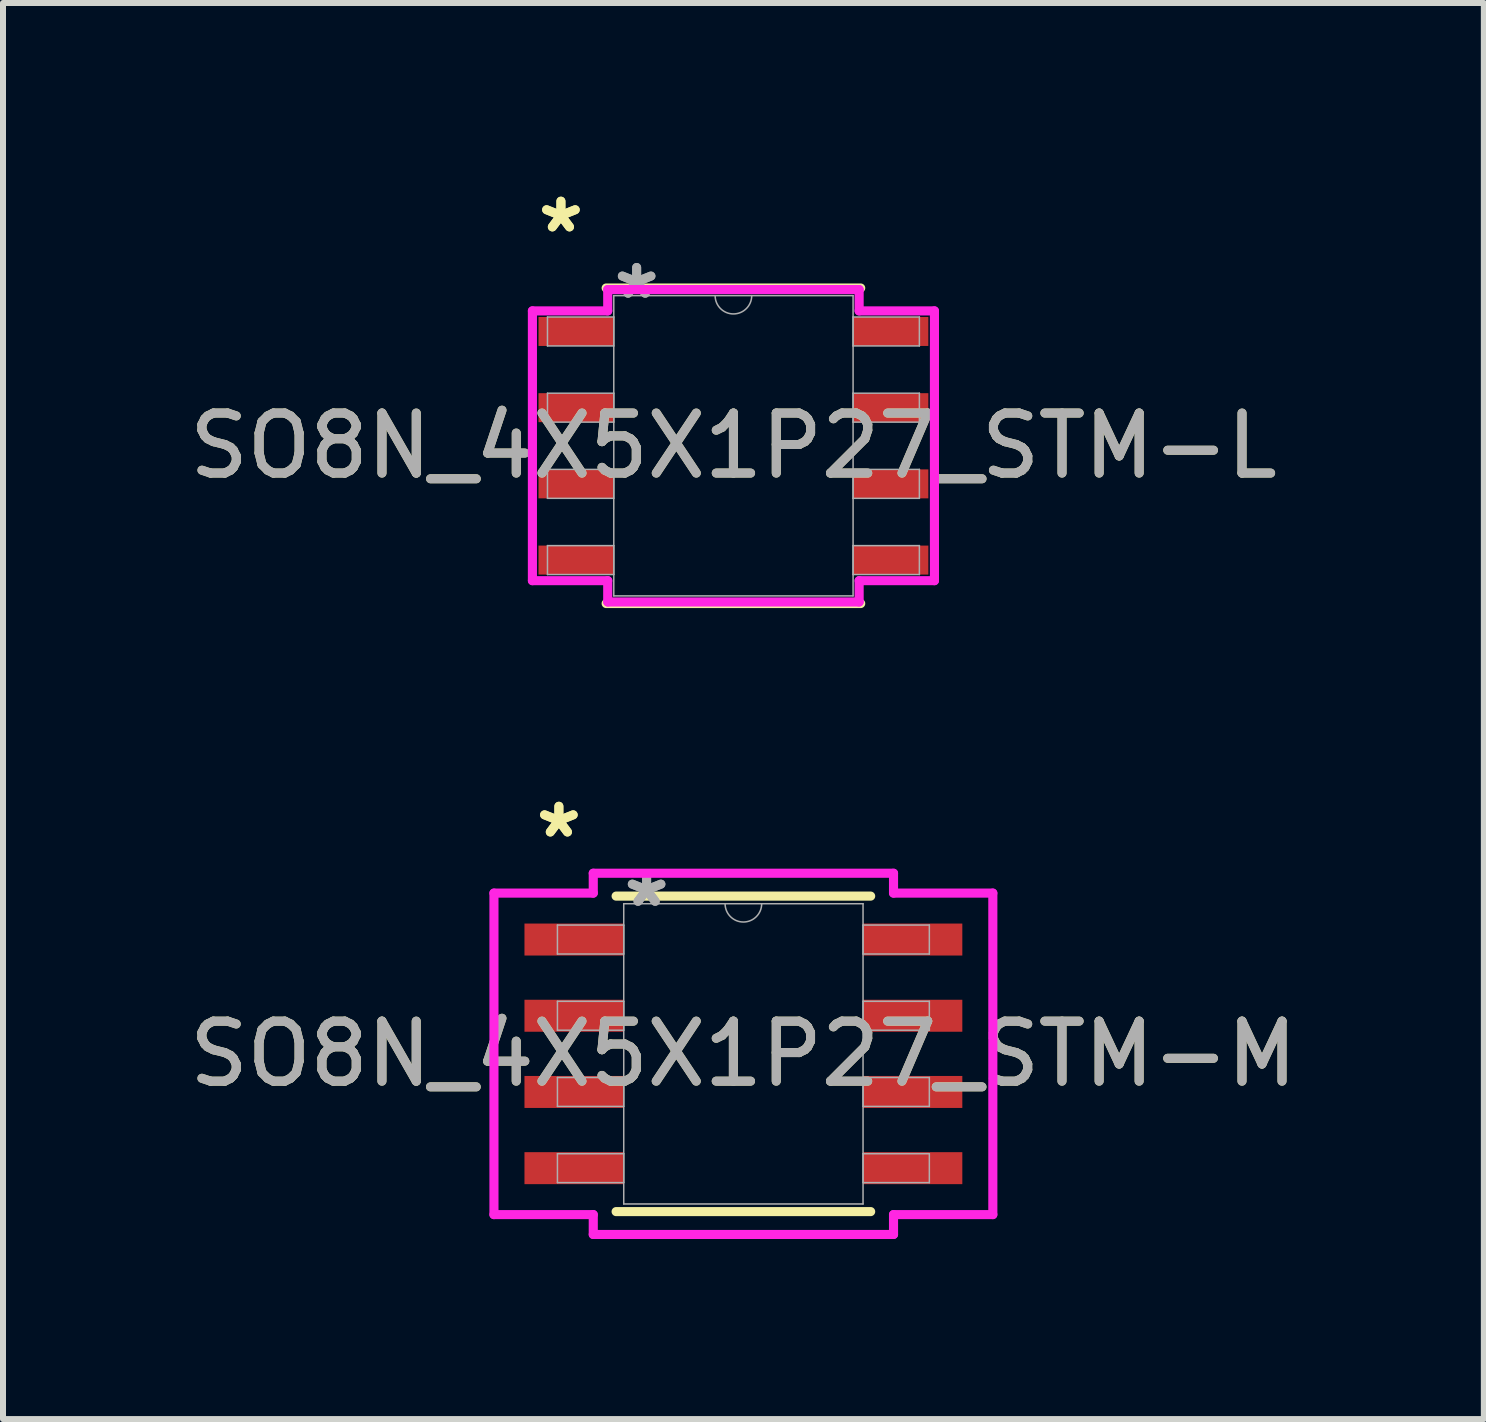
<source format=kicad_pcb>
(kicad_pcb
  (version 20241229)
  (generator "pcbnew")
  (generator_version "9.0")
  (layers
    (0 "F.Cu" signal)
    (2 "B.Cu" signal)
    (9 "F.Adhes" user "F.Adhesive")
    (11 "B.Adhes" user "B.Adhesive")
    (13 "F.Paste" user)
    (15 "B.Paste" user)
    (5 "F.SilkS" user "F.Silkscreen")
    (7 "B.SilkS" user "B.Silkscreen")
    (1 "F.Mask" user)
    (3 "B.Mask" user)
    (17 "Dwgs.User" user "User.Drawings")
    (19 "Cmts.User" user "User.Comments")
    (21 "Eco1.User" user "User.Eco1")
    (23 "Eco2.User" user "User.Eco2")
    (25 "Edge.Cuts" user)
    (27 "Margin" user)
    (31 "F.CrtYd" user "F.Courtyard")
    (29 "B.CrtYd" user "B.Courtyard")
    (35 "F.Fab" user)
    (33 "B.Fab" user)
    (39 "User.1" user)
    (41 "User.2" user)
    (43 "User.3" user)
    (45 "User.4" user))
  (footprint "SO8N_4X5X1P27_STM-L"
    (layer "F.Cu")
    (at 9.173 4.379)
    (property "Reference" "SO8N_4X5X1P27_STM-L" (at 0 0 0) (unlocked yes) (layer "F.SilkS") (effects (font (size 1 1) (thickness 0.15))))
    (attr smd)
    (fp_line (start -2.121 2.629) (end 2.121 2.629) (stroke (width 0.152) (type solid)) (layer "F.SilkS"))
    (fp_line (start 2.121 -2.629) (end -2.121 -2.629) (stroke (width 0.152) (type solid)) (layer "F.SilkS"))
    (fp_line (start -3.35 -2.248) (end -2.095 -2.248) (stroke (width 0.152) (type solid)) (layer "F.CrtYd"))
    (fp_line (start -3.35 2.248) (end -3.35 -2.248) (stroke (width 0.152) (type solid)) (layer "F.CrtYd"))
    (fp_line (start -3.35 2.248) (end -2.095 2.248) (stroke (width 0.152) (type solid)) (layer "F.CrtYd"))
    (fp_line (start -2.095 -2.603) (end 2.095 -2.603) (stroke (width 0.152) (type solid)) (layer "F.CrtYd"))
    (fp_line (start -2.095 -2.248) (end -2.095 -2.603) (stroke (width 0.152) (type solid)) (layer "F.CrtYd"))
    (fp_line (start -2.095 2.603) (end -2.095 2.248) (stroke (width 0.152) (type solid)) (layer "F.CrtYd"))
    (fp_line (start 2.095 -2.603) (end 2.095 -2.248) (stroke (width 0.152) (type solid)) (layer "F.CrtYd"))
    (fp_line (start 2.095 2.248) (end 2.095 2.603) (stroke (width 0.152) (type solid)) (layer "F.CrtYd"))
    (fp_line (start 2.095 2.603) (end -2.095 2.603) (stroke (width 0.152) (type solid)) (layer "F.CrtYd"))
    (fp_line (start 3.35 -2.248) (end 2.095 -2.248) (stroke (width 0.152) (type solid)) (layer "F.CrtYd"))
    (fp_line (start 3.35 -2.248) (end 3.35 2.248) (stroke (width 0.152) (type solid)) (layer "F.CrtYd"))
    (fp_line (start 3.35 2.248) (end 2.095 2.248) (stroke (width 0.152) (type solid)) (layer "F.CrtYd"))
    (fp_line (start -3.099 -2.146) (end -3.099 -1.664) (stroke (width 0.025) (type solid)) (layer "F.Fab"))
    (fp_line (start -3.099 -1.664) (end -1.994 -1.664) (stroke (width 0.025) (type solid)) (layer "F.Fab"))
    (fp_line (start -3.099 -0.876) (end -3.099 -0.394) (stroke (width 0.025) (type solid)) (layer "F.Fab"))
    (fp_line (start -3.099 -0.394) (end -1.994 -0.394) (stroke (width 0.025) (type solid)) (layer "F.Fab"))
    (fp_line (start -3.099 0.394) (end -3.099 0.876) (stroke (width 0.025) (type solid)) (layer "F.Fab"))
    (fp_line (start -3.099 0.876) (end -1.994 0.876) (stroke (width 0.025) (type solid)) (layer "F.Fab"))
    (fp_line (start -3.099 1.664) (end -3.099 2.146) (stroke (width 0.025) (type solid)) (layer "F.Fab"))
    (fp_line (start -3.099 2.146) (end -1.994 2.146) (stroke (width 0.025) (type solid)) (layer "F.Fab"))
    (fp_line (start -1.994 -2.502) (end -1.994 2.502) (stroke (width 0.025) (type solid)) (layer "F.Fab"))
    (fp_line (start -1.994 -2.146) (end -3.099 -2.146) (stroke (width 0.025) (type solid)) (layer "F.Fab"))
    (fp_line (start -1.994 -1.664) (end -1.994 -2.146) (stroke (width 0.025) (type solid)) (layer "F.Fab"))
    (fp_line (start -1.994 -0.876) (end -3.099 -0.876) (stroke (width 0.025) (type solid)) (layer "F.Fab"))
    (fp_line (start -1.994 -0.394) (end -1.994 -0.876) (stroke (width 0.025) (type solid)) (layer "F.Fab"))
    (fp_line (start -1.994 0.394) (end -3.099 0.394) (stroke (width 0.025) (type solid)) (layer "F.Fab"))
    (fp_line (start -1.994 0.876) (end -1.994 0.394) (stroke (width 0.025) (type solid)) (layer "F.Fab"))
    (fp_line (start -1.994 1.664) (end -3.099 1.664) (stroke (width 0.025) (type solid)) (layer "F.Fab"))
    (fp_line (start -1.994 2.146) (end -1.994 1.664) (stroke (width 0.025) (type solid)) (layer "F.Fab"))
    (fp_line (start -1.994 2.502) (end 1.994 2.502) (stroke (width 0.025) (type solid)) (layer "F.Fab"))
    (fp_line (start 1.994 -2.502) (end -1.994 -2.502) (stroke (width 0.025) (type solid)) (layer "F.Fab"))
    (fp_line (start 1.994 -2.146) (end 1.994 -1.664) (stroke (width 0.025) (type solid)) (layer "F.Fab"))
    (fp_line (start 1.994 -1.664) (end 3.099 -1.664) (stroke (width 0.025) (type solid)) (layer "F.Fab"))
    (fp_line (start 1.994 -0.876) (end 1.994 -0.394) (stroke (width 0.025) (type solid)) (layer "F.Fab"))
    (fp_line (start 1.994 -0.394) (end 3.099 -0.394) (stroke (width 0.025) (type solid)) (layer "F.Fab"))
    (fp_line (start 1.994 0.394) (end 1.994 0.876) (stroke (width 0.025) (type solid)) (layer "F.Fab"))
    (fp_line (start 1.994 0.876) (end 3.099 0.876) (stroke (width 0.025) (type solid)) (layer "F.Fab"))
    (fp_line (start 1.994 1.664) (end 1.994 2.146) (stroke (width 0.025) (type solid)) (layer "F.Fab"))
    (fp_line (start 1.994 2.146) (end 3.099 2.146) (stroke (width 0.025) (type solid)) (layer "F.Fab"))
    (fp_line (start 1.994 2.502) (end 1.994 -2.502) (stroke (width 0.025) (type solid)) (layer "F.Fab"))
    (fp_line (start 3.099 -2.146) (end 1.994 -2.146) (stroke (width 0.025) (type solid)) (layer "F.Fab"))
    (fp_line (start 3.099 -1.664) (end 3.099 -2.146) (stroke (width 0.025) (type solid)) (layer "F.Fab"))
    (fp_line (start 3.099 -0.876) (end 1.994 -0.876) (stroke (width 0.025) (type solid)) (layer "F.Fab"))
    (fp_line (start 3.099 -0.394) (end 3.099 -0.876) (stroke (width 0.025) (type solid)) (layer "F.Fab"))
    (fp_line (start 3.099 0.394) (end 1.994 0.394) (stroke (width 0.025) (type solid)) (layer "F.Fab"))
    (fp_line (start 3.099 0.876) (end 3.099 0.394) (stroke (width 0.025) (type solid)) (layer "F.Fab"))
    (fp_line (start 3.099 1.664) (end 1.994 1.664) (stroke (width 0.025) (type solid)) (layer "F.Fab"))
    (fp_line (start 3.099 2.146) (end 3.099 1.664) (stroke (width 0.025) (type solid)) (layer "F.Fab"))
    (fp_arc (start 0.3048 -2.5019) (mid 0 -2.1971) (end -0.3048 -2.5019) (stroke (width 0.0254) (type solid)) (layer "F.Fab"))
    (fp_text user "*" (at -2.875 -3.531 0) (layer "F.SilkS") (effects (font (size 1 1) (thickness 0.15))))
    (fp_text user "*" (at -2.875 -3.531 0) (unlocked yes) (layer "F.SilkS") (effects (font (size 1 1) (thickness 0.15))))
    (fp_text user "*" (at -1.613 -2.426 0) (layer "F.Fab") (effects (font (size 1 1) (thickness 0.15))))
    (fp_text user "*" (at -1.613 -2.426 0) (unlocked yes) (layer "F.Fab") (effects (font (size 1 1) (thickness 0.15))))
    (fp_text user "${REFERENCE}" (at 0 0 0) (unlocked yes) (layer "F.Fab") (effects (font (size 1 1) (thickness 0.15))))
    (pad "1" smd rect (at -2.621 -1.905) (size 1.255 0.483) (layers "F.Cu" "F.Mask" "F.Paste"))
    (pad "2" smd rect (at -2.621 -0.635) (size 1.255 0.483) (layers "F.Cu" "F.Mask" "F.Paste"))
    (pad "3" smd rect (at -2.621 0.635) (size 1.255 0.483) (layers "F.Cu" "F.Mask" "F.Paste"))
    (pad "4" smd rect (at -2.621 1.905) (size 1.255 0.483) (layers "F.Cu" "F.Mask" "F.Paste"))
    (pad "5" smd rect (at 2.621 1.905) (size 1.255 0.483) (layers "F.Cu" "F.Mask" "F.Paste"))
    (pad "6" smd rect (at 2.621 0.635) (size 1.255 0.483) (layers "F.Cu" "F.Mask" "F.Paste"))
    (pad "7" smd rect (at 2.621 -0.635) (size 1.255 0.483) (layers "F.Cu" "F.Mask" "F.Paste"))
    (pad "8" smd rect (at 2.621 -1.905) (size 1.255 0.483) (layers "F.Cu" "F.Mask" "F.Paste")))
  (footprint "SO8N_4X5X1P27_STM-M"
    (layer "F.Cu")
    (at 9.339 14.513)
    (property "Reference" "SO8N_4X5X1P27_STM-M" (at 0 0 0) (unlocked yes) (layer "F.SilkS") (effects (font (size 1 1) (thickness 0.15))))
    (attr smd)
    (fp_line (start -2.121 2.629) (end 2.121 2.629) (stroke (width 0.152) (type solid)) (layer "F.SilkS"))
    (fp_line (start 2.121 -2.629) (end -2.121 -2.629) (stroke (width 0.152) (type solid)) (layer "F.SilkS"))
    (fp_line (start -4.157 -2.679) (end -2.502 -2.679) (stroke (width 0.152) (type solid)) (layer "F.CrtYd"))
    (fp_line (start -4.157 2.679) (end -4.157 -2.679) (stroke (width 0.152) (type solid)) (layer "F.CrtYd"))
    (fp_line (start -4.157 2.679) (end -2.502 2.679) (stroke (width 0.152) (type solid)) (layer "F.CrtYd"))
    (fp_line (start -2.502 -3.01) (end 2.502 -3.01) (stroke (width 0.152) (type solid)) (layer "F.CrtYd"))
    (fp_line (start -2.502 -2.679) (end -2.502 -3.01) (stroke (width 0.152) (type solid)) (layer "F.CrtYd"))
    (fp_line (start -2.502 3.01) (end -2.502 2.679) (stroke (width 0.152) (type solid)) (layer "F.CrtYd"))
    (fp_line (start 2.502 -3.01) (end 2.502 -2.679) (stroke (width 0.152) (type solid)) (layer "F.CrtYd"))
    (fp_line (start 2.502 2.679) (end 2.502 3.01) (stroke (width 0.152) (type solid)) (layer "F.CrtYd"))
    (fp_line (start 2.502 3.01) (end -2.502 3.01) (stroke (width 0.152) (type solid)) (layer "F.CrtYd"))
    (fp_line (start 4.157 -2.679) (end 2.502 -2.679) (stroke (width 0.152) (type solid)) (layer "F.CrtYd"))
    (fp_line (start 4.157 -2.679) (end 4.157 2.679) (stroke (width 0.152) (type solid)) (layer "F.CrtYd"))
    (fp_line (start 4.157 2.679) (end 2.502 2.679) (stroke (width 0.152) (type solid)) (layer "F.CrtYd"))
    (fp_line (start -3.099 -2.146) (end -3.099 -1.664) (stroke (width 0.025) (type solid)) (layer "F.Fab"))
    (fp_line (start -3.099 -1.664) (end -1.994 -1.664) (stroke (width 0.025) (type solid)) (layer "F.Fab"))
    (fp_line (start -3.099 -0.876) (end -3.099 -0.394) (stroke (width 0.025) (type solid)) (layer "F.Fab"))
    (fp_line (start -3.099 -0.394) (end -1.994 -0.394) (stroke (width 0.025) (type solid)) (layer "F.Fab"))
    (fp_line (start -3.099 0.394) (end -3.099 0.876) (stroke (width 0.025) (type solid)) (layer "F.Fab"))
    (fp_line (start -3.099 0.876) (end -1.994 0.876) (stroke (width 0.025) (type solid)) (layer "F.Fab"))
    (fp_line (start -3.099 1.664) (end -3.099 2.146) (stroke (width 0.025) (type solid)) (layer "F.Fab"))
    (fp_line (start -3.099 2.146) (end -1.994 2.146) (stroke (width 0.025) (type solid)) (layer "F.Fab"))
    (fp_line (start -1.994 -2.502) (end -1.994 2.502) (stroke (width 0.025) (type solid)) (layer "F.Fab"))
    (fp_line (start -1.994 -2.146) (end -3.099 -2.146) (stroke (width 0.025) (type solid)) (layer "F.Fab"))
    (fp_line (start -1.994 -1.664) (end -1.994 -2.146) (stroke (width 0.025) (type solid)) (layer "F.Fab"))
    (fp_line (start -1.994 -0.876) (end -3.099 -0.876) (stroke (width 0.025) (type solid)) (layer "F.Fab"))
    (fp_line (start -1.994 -0.394) (end -1.994 -0.876) (stroke (width 0.025) (type solid)) (layer "F.Fab"))
    (fp_line (start -1.994 0.394) (end -3.099 0.394) (stroke (width 0.025) (type solid)) (layer "F.Fab"))
    (fp_line (start -1.994 0.876) (end -1.994 0.394) (stroke (width 0.025) (type solid)) (layer "F.Fab"))
    (fp_line (start -1.994 1.664) (end -3.099 1.664) (stroke (width 0.025) (type solid)) (layer "F.Fab"))
    (fp_line (start -1.994 2.146) (end -1.994 1.664) (stroke (width 0.025) (type solid)) (layer "F.Fab"))
    (fp_line (start -1.994 2.502) (end 1.994 2.502) (stroke (width 0.025) (type solid)) (layer "F.Fab"))
    (fp_line (start 1.994 -2.502) (end -1.994 -2.502) (stroke (width 0.025) (type solid)) (layer "F.Fab"))
    (fp_line (start 1.994 -2.146) (end 1.994 -1.664) (stroke (width 0.025) (type solid)) (layer "F.Fab"))
    (fp_line (start 1.994 -1.664) (end 3.099 -1.664) (stroke (width 0.025) (type solid)) (layer "F.Fab"))
    (fp_line (start 1.994 -0.876) (end 1.994 -0.394) (stroke (width 0.025) (type solid)) (layer "F.Fab"))
    (fp_line (start 1.994 -0.394) (end 3.099 -0.394) (stroke (width 0.025) (type solid)) (layer "F.Fab"))
    (fp_line (start 1.994 0.394) (end 1.994 0.876) (stroke (width 0.025) (type solid)) (layer "F.Fab"))
    (fp_line (start 1.994 0.876) (end 3.099 0.876) (stroke (width 0.025) (type solid)) (layer "F.Fab"))
    (fp_line (start 1.994 1.664) (end 1.994 2.146) (stroke (width 0.025) (type solid)) (layer "F.Fab"))
    (fp_line (start 1.994 2.146) (end 3.099 2.146) (stroke (width 0.025) (type solid)) (layer "F.Fab"))
    (fp_line (start 1.994 2.502) (end 1.994 -2.502) (stroke (width 0.025) (type solid)) (layer "F.Fab"))
    (fp_line (start 3.099 -2.146) (end 1.994 -2.146) (stroke (width 0.025) (type solid)) (layer "F.Fab"))
    (fp_line (start 3.099 -1.664) (end 3.099 -2.146) (stroke (width 0.025) (type solid)) (layer "F.Fab"))
    (fp_line (start 3.099 -0.876) (end 1.994 -0.876) (stroke (width 0.025) (type solid)) (layer "F.Fab"))
    (fp_line (start 3.099 -0.394) (end 3.099 -0.876) (stroke (width 0.025) (type solid)) (layer "F.Fab"))
    (fp_line (start 3.099 0.394) (end 1.994 0.394) (stroke (width 0.025) (type solid)) (layer "F.Fab"))
    (fp_line (start 3.099 0.876) (end 3.099 0.394) (stroke (width 0.025) (type solid)) (layer "F.Fab"))
    (fp_line (start 3.099 1.664) (end 1.994 1.664) (stroke (width 0.025) (type solid)) (layer "F.Fab"))
    (fp_line (start 3.099 2.146) (end 3.099 1.664) (stroke (width 0.025) (type solid)) (layer "F.Fab"))
    (fp_arc (start 0.3048 -2.5019) (mid 0 -2.1971) (end -0.3048 -2.5019) (stroke (width 0.0254) (type solid)) (layer "F.Fab"))
    (fp_text user "*" (at -3.075 -3.581 0) (layer "F.SilkS") (effects (font (size 1 1) (thickness 0.15))))
    (fp_text user "*" (at -3.075 -3.581 0) (unlocked yes) (layer "F.SilkS") (effects (font (size 1 1) (thickness 0.15))))
    (fp_text user "${REFERENCE}" (at 0 0 0) (unlocked yes) (layer "F.Fab") (effects (font (size 1 1) (thickness 0.15))))
    (fp_text user "*" (at -1.613 -2.426 0) (unlocked yes) (layer "F.Fab") (effects (font (size 1 1) (thickness 0.15))))
    (fp_text user "*" (at -1.613 -2.426 0) (layer "F.Fab") (effects (font (size 1 1) (thickness 0.15))))
    (pad "1" smd rect (at -2.821 -1.905) (size 1.655 0.533) (layers "F.Cu" "F.Mask" "F.Paste"))
    (pad "2" smd rect (at -2.821 -0.635) (size 1.655 0.533) (layers "F.Cu" "F.Mask" "F.Paste"))
    (pad "3" smd rect (at -2.821 0.635) (size 1.655 0.533) (layers "F.Cu" "F.Mask" "F.Paste"))
    (pad "4" smd rect (at -2.821 1.905) (size 1.655 0.533) (layers "F.Cu" "F.Mask" "F.Paste"))
    (pad "5" smd rect (at 2.821 1.905) (size 1.655 0.533) (layers "F.Cu" "F.Mask" "F.Paste"))
    (pad "6" smd rect (at 2.821 0.635) (size 1.655 0.533) (layers "F.Cu" "F.Mask" "F.Paste"))
    (pad "7" smd rect (at 2.821 -0.635) (size 1.655 0.533) (layers "F.Cu" "F.Mask" "F.Paste"))
    (pad "8" smd rect (at 2.821 -1.905) (size 1.655 0.533) (layers "F.Cu" "F.Mask" "F.Paste")))
  (gr_rect
    (start -3 -3)
    (end 21.679 20.599)
    (stroke (width 0.1) (type default))
    (fill no)
    (layer "Edge.Cuts")))
</source>
